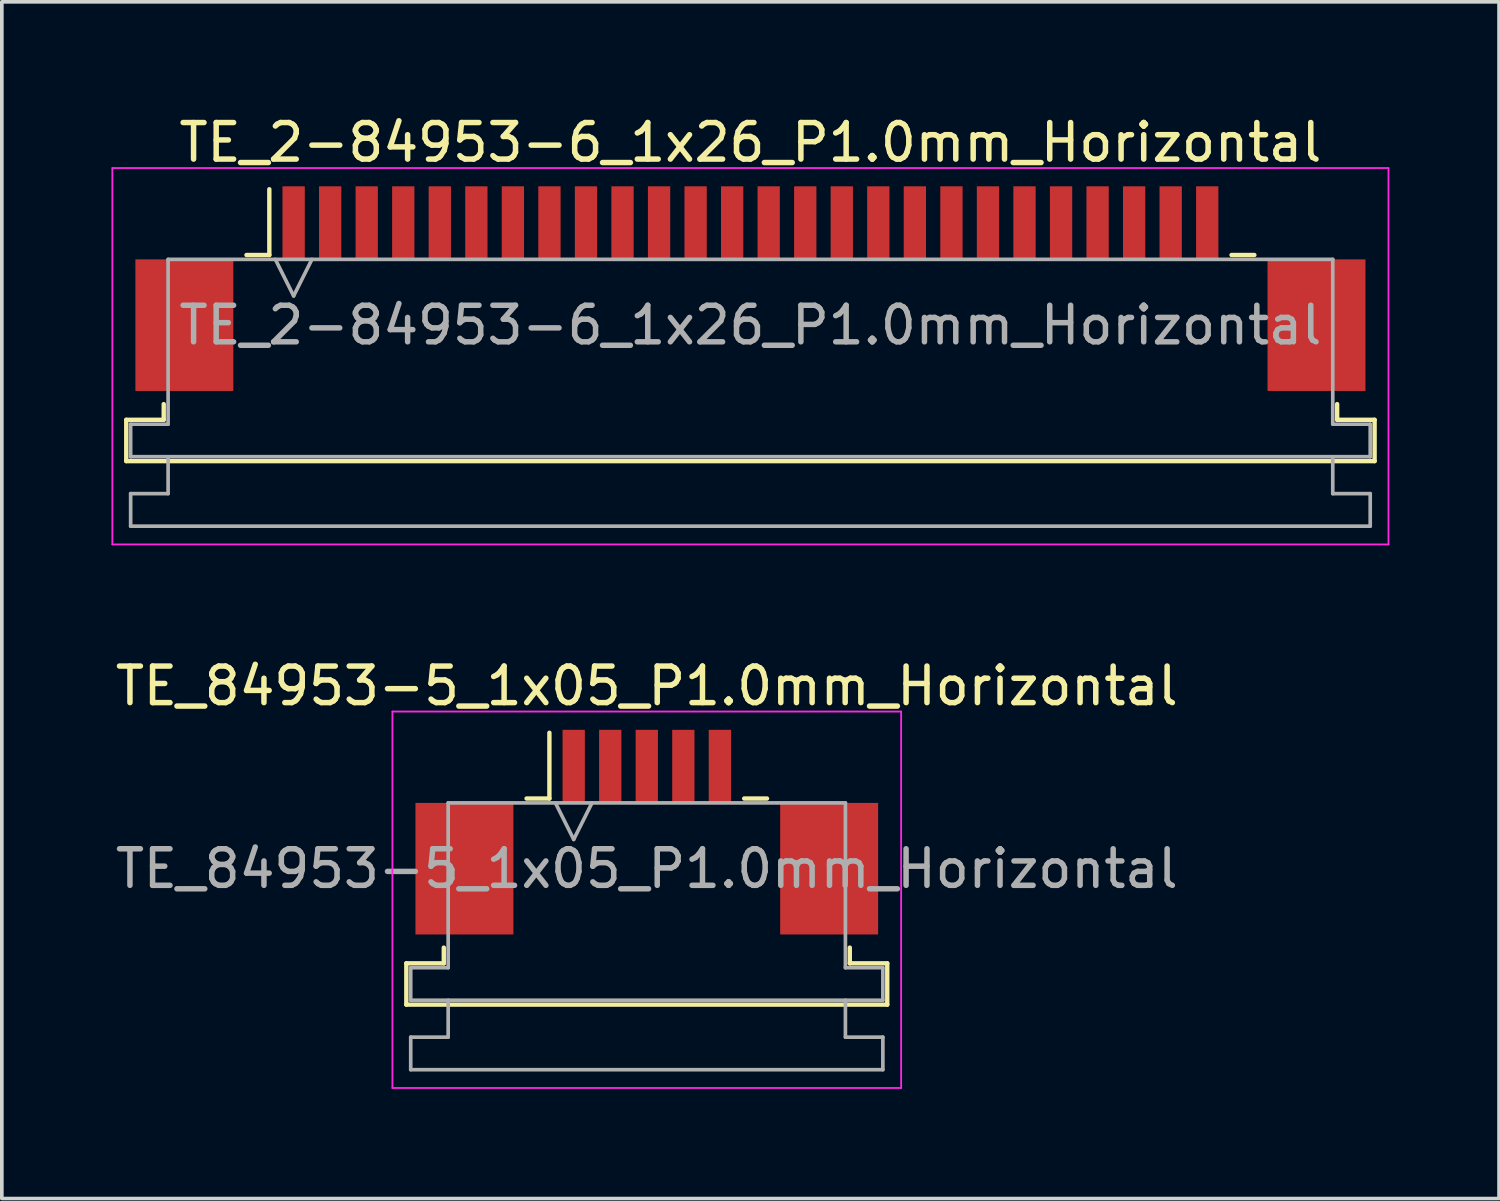
<source format=kicad_pcb>
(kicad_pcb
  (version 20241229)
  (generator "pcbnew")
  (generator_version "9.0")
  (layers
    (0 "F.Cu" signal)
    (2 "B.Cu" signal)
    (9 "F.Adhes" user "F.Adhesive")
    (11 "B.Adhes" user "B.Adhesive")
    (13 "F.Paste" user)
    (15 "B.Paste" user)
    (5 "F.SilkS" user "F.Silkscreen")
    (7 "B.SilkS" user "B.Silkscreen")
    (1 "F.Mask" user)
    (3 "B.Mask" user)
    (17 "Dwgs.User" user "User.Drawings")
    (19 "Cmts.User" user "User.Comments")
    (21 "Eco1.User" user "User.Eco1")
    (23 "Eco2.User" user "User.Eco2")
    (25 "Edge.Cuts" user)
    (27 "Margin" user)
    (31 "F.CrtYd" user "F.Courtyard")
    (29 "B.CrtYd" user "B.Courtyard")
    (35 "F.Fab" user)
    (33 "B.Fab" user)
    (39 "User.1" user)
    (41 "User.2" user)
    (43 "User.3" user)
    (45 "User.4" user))
  (footprint "TE_2-84953-6_1x26_P1.0mm_Horizontal"
    (layer "F.Cu")
    (at 17.485 4.848)
    (property "Reference" "TE_2-84953-6_1x26_P1.0mm_Horizontal" (at 0 -4 0) (layer "F.SilkS") (effects (font (size 1 1) (thickness 0.15))))
    (attr smd)
    (fp_line (start -17.08 3.59) (end -16.055 3.59) (stroke (width 0.12) (type solid)) (layer "F.SilkS"))
    (fp_line (start -17.08 4.72) (end -17.08 3.59) (stroke (width 0.12) (type solid)) (layer "F.SilkS"))
    (fp_line (start -16.055 3.59) (end -16.055 3.16) (stroke (width 0.12) (type solid)) (layer "F.SilkS"))
    (fp_line (start -13.79 -0.92) (end -13.165 -0.92) (stroke (width 0.12) (type solid)) (layer "F.SilkS"))
    (fp_line (start -13.165 -0.92) (end -13.165 -2.72) (stroke (width 0.12) (type solid)) (layer "F.SilkS"))
    (fp_line (start 13.165 -0.92) (end 13.79 -0.92) (stroke (width 0.12) (type solid)) (layer "F.SilkS"))
    (fp_line (start 16.055 3.16) (end 16.055 3.59) (stroke (width 0.12) (type solid)) (layer "F.SilkS"))
    (fp_line (start 16.055 3.59) (end 17.08 3.59) (stroke (width 0.12) (type solid)) (layer "F.SilkS"))
    (fp_line (start 17.08 3.59) (end 17.08 4.72) (stroke (width 0.12) (type solid)) (layer "F.SilkS"))
    (fp_line (start 17.08 4.72) (end -17.08 4.72) (stroke (width 0.12) (type solid)) (layer "F.SilkS"))
    (fp_line (start -17.46 -3.3) (end -17.46 7) (stroke (width 0.05) (type solid)) (layer "F.CrtYd"))
    (fp_line (start -17.46 7) (end 17.46 7) (stroke (width 0.05) (type solid)) (layer "F.CrtYd"))
    (fp_line (start 17.46 -3.3) (end -17.46 -3.3) (stroke (width 0.05) (type solid)) (layer "F.CrtYd"))
    (fp_line (start 17.46 7) (end 17.46 -3.3) (stroke (width 0.05) (type solid)) (layer "F.CrtYd"))
    (fp_line (start -16.96 3.71) (end -15.935 3.71) (stroke (width 0.1) (type solid)) (layer "F.Fab"))
    (fp_line (start -16.96 4.6) (end -16.96 3.71) (stroke (width 0.1) (type solid)) (layer "F.Fab"))
    (fp_line (start -16.96 5.61) (end -15.935 5.61) (stroke (width 0.1) (type solid)) (layer "F.Fab"))
    (fp_line (start -16.96 6.5) (end -16.96 5.61) (stroke (width 0.1) (type solid)) (layer "F.Fab"))
    (fp_line (start -15.935 -0.8) (end 15.935 -0.8) (stroke (width 0.1) (type solid)) (layer "F.Fab"))
    (fp_line (start -15.935 3.71) (end -15.935 -0.8) (stroke (width 0.1) (type solid)) (layer "F.Fab"))
    (fp_line (start -15.935 5.61) (end -15.935 4.6) (stroke (width 0.1) (type solid)) (layer "F.Fab"))
    (fp_line (start -13 -0.8) (end -12.5 0.2) (stroke (width 0.1) (type solid)) (layer "F.Fab"))
    (fp_line (start -12.5 0.2) (end -12 -0.8) (stroke (width 0.1) (type solid)) (layer "F.Fab"))
    (fp_line (start 15.935 -0.8) (end 15.935 3.71) (stroke (width 0.1) (type solid)) (layer "F.Fab"))
    (fp_line (start 15.935 3.71) (end 16.96 3.71) (stroke (width 0.1) (type solid)) (layer "F.Fab"))
    (fp_line (start 15.935 4.6) (end 15.935 5.61) (stroke (width 0.1) (type solid)) (layer "F.Fab"))
    (fp_line (start 15.935 5.61) (end 16.96 5.61) (stroke (width 0.1) (type solid)) (layer "F.Fab"))
    (fp_line (start 16.96 3.71) (end 16.96 4.6) (stroke (width 0.1) (type solid)) (layer "F.Fab"))
    (fp_line (start 16.96 4.6) (end -16.96 4.6) (stroke (width 0.1) (type solid)) (layer "F.Fab"))
    (fp_line (start 16.96 5.61) (end 16.96 6.5) (stroke (width 0.1) (type solid)) (layer "F.Fab"))
    (fp_line (start 16.96 6.5) (end -16.96 6.5) (stroke (width 0.1) (type solid)) (layer "F.Fab"))
    (fp_text user "${REFERENCE}" (at 0 1 0) (layer "F.Fab") (effects (font (size 1 1) (thickness 0.15))))
    (pad "" smd rect (at -15.49 1) (size 2.68 3.6) (layers "F.Cu" "F.Mask" "F.Paste"))
    (pad "" smd rect (at 15.49 1) (size 2.68 3.6) (layers "F.Cu" "F.Mask" "F.Paste"))
    (pad "1" smd rect (at -12.5 -1.8) (size 0.61 2) (layers "F.Cu" "F.Mask" "F.Paste"))
    (pad "2" smd rect (at -11.5 -1.8) (size 0.61 2) (layers "F.Cu" "F.Mask" "F.Paste"))
    (pad "3" smd rect (at -10.5 -1.8) (size 0.61 2) (layers "F.Cu" "F.Mask" "F.Paste"))
    (pad "4" smd rect (at -9.5 -1.8) (size 0.61 2) (layers "F.Cu" "F.Mask" "F.Paste"))
    (pad "5" smd rect (at -8.5 -1.8) (size 0.61 2) (layers "F.Cu" "F.Mask" "F.Paste"))
    (pad "6" smd rect (at -7.5 -1.8) (size 0.61 2) (layers "F.Cu" "F.Mask" "F.Paste"))
    (pad "7" smd rect (at -6.5 -1.8) (size 0.61 2) (layers "F.Cu" "F.Mask" "F.Paste"))
    (pad "8" smd rect (at -5.5 -1.8) (size 0.61 2) (layers "F.Cu" "F.Mask" "F.Paste"))
    (pad "9" smd rect (at -4.5 -1.8) (size 0.61 2) (layers "F.Cu" "F.Mask" "F.Paste"))
    (pad "10" smd rect (at -3.5 -1.8) (size 0.61 2) (layers "F.Cu" "F.Mask" "F.Paste"))
    (pad "11" smd rect (at -2.5 -1.8) (size 0.61 2) (layers "F.Cu" "F.Mask" "F.Paste"))
    (pad "12" smd rect (at -1.5 -1.8) (size 0.61 2) (layers "F.Cu" "F.Mask" "F.Paste"))
    (pad "13" smd rect (at -0.5 -1.8) (size 0.61 2) (layers "F.Cu" "F.Mask" "F.Paste"))
    (pad "14" smd rect (at 0.5 -1.8) (size 0.61 2) (layers "F.Cu" "F.Mask" "F.Paste"))
    (pad "15" smd rect (at 1.5 -1.8) (size 0.61 2) (layers "F.Cu" "F.Mask" "F.Paste"))
    (pad "16" smd rect (at 2.5 -1.8) (size 0.61 2) (layers "F.Cu" "F.Mask" "F.Paste"))
    (pad "17" smd rect (at 3.5 -1.8) (size 0.61 2) (layers "F.Cu" "F.Mask" "F.Paste"))
    (pad "18" smd rect (at 4.5 -1.8) (size 0.61 2) (layers "F.Cu" "F.Mask" "F.Paste"))
    (pad "19" smd rect (at 5.5 -1.8) (size 0.61 2) (layers "F.Cu" "F.Mask" "F.Paste"))
    (pad "20" smd rect (at 6.5 -1.8) (size 0.61 2) (layers "F.Cu" "F.Mask" "F.Paste"))
    (pad "21" smd rect (at 7.5 -1.8) (size 0.61 2) (layers "F.Cu" "F.Mask" "F.Paste"))
    (pad "22" smd rect (at 8.5 -1.8) (size 0.61 2) (layers "F.Cu" "F.Mask" "F.Paste"))
    (pad "23" smd rect (at 9.5 -1.8) (size 0.61 2) (layers "F.Cu" "F.Mask" "F.Paste"))
    (pad "24" smd rect (at 10.5 -1.8) (size 0.61 2) (layers "F.Cu" "F.Mask" "F.Paste"))
    (pad "25" smd rect (at 11.5 -1.8) (size 0.61 2) (layers "F.Cu" "F.Mask" "F.Paste"))
    (pad "26" smd rect (at 12.5 -1.8) (size 0.61 2) (layers "F.Cu" "F.Mask" "F.Paste")))
  (footprint "TE_84953-5_1x05_P1.0mm_Horizontal"
    (layer "F.Cu")
    (at 14.649 19.721)
    (property "Reference" "TE_84953-5_1x05_P1.0mm_Horizontal" (at 0 -4 0) (layer "F.SilkS") (effects (font (size 1 1) (thickness 0.15))))
    (attr smd)
    (fp_line (start -6.58 3.59) (end -5.555 3.59) (stroke (width 0.12) (type solid)) (layer "F.SilkS"))
    (fp_line (start -6.58 4.72) (end -6.58 3.59) (stroke (width 0.12) (type solid)) (layer "F.SilkS"))
    (fp_line (start -5.555 3.59) (end -5.555 3.16) (stroke (width 0.12) (type solid)) (layer "F.SilkS"))
    (fp_line (start -3.29 -0.92) (end -2.665 -0.92) (stroke (width 0.12) (type solid)) (layer "F.SilkS"))
    (fp_line (start -2.665 -0.92) (end -2.665 -2.72) (stroke (width 0.12) (type solid)) (layer "F.SilkS"))
    (fp_line (start 2.665 -0.92) (end 3.29 -0.92) (stroke (width 0.12) (type solid)) (layer "F.SilkS"))
    (fp_line (start 5.555 3.16) (end 5.555 3.59) (stroke (width 0.12) (type solid)) (layer "F.SilkS"))
    (fp_line (start 5.555 3.59) (end 6.58 3.59) (stroke (width 0.12) (type solid)) (layer "F.SilkS"))
    (fp_line (start 6.58 3.59) (end 6.58 4.72) (stroke (width 0.12) (type solid)) (layer "F.SilkS"))
    (fp_line (start 6.58 4.72) (end -6.58 4.72) (stroke (width 0.12) (type solid)) (layer "F.SilkS"))
    (fp_line (start -6.96 -3.3) (end -6.96 7) (stroke (width 0.05) (type solid)) (layer "F.CrtYd"))
    (fp_line (start -6.96 7) (end 6.96 7) (stroke (width 0.05) (type solid)) (layer "F.CrtYd"))
    (fp_line (start 6.96 -3.3) (end -6.96 -3.3) (stroke (width 0.05) (type solid)) (layer "F.CrtYd"))
    (fp_line (start 6.96 7) (end 6.96 -3.3) (stroke (width 0.05) (type solid)) (layer "F.CrtYd"))
    (fp_line (start -6.46 3.71) (end -5.435 3.71) (stroke (width 0.1) (type solid)) (layer "F.Fab"))
    (fp_line (start -6.46 4.6) (end -6.46 3.71) (stroke (width 0.1) (type solid)) (layer "F.Fab"))
    (fp_line (start -6.46 5.61) (end -5.435 5.61) (stroke (width 0.1) (type solid)) (layer "F.Fab"))
    (fp_line (start -6.46 6.5) (end -6.46 5.61) (stroke (width 0.1) (type solid)) (layer "F.Fab"))
    (fp_line (start -5.435 -0.8) (end 5.435 -0.8) (stroke (width 0.1) (type solid)) (layer "F.Fab"))
    (fp_line (start -5.435 3.71) (end -5.435 -0.8) (stroke (width 0.1) (type solid)) (layer "F.Fab"))
    (fp_line (start -5.435 5.61) (end -5.435 4.6) (stroke (width 0.1) (type solid)) (layer "F.Fab"))
    (fp_line (start -2.5 -0.8) (end -2 0.2) (stroke (width 0.1) (type solid)) (layer "F.Fab"))
    (fp_line (start -2 0.2) (end -1.5 -0.8) (stroke (width 0.1) (type solid)) (layer "F.Fab"))
    (fp_line (start 5.435 -0.8) (end 5.435 3.71) (stroke (width 0.1) (type solid)) (layer "F.Fab"))
    (fp_line (start 5.435 3.71) (end 6.46 3.71) (stroke (width 0.1) (type solid)) (layer "F.Fab"))
    (fp_line (start 5.435 4.6) (end 5.435 5.61) (stroke (width 0.1) (type solid)) (layer "F.Fab"))
    (fp_line (start 5.435 5.61) (end 6.46 5.61) (stroke (width 0.1) (type solid)) (layer "F.Fab"))
    (fp_line (start 6.46 3.71) (end 6.46 4.6) (stroke (width 0.1) (type solid)) (layer "F.Fab"))
    (fp_line (start 6.46 4.6) (end -6.46 4.6) (stroke (width 0.1) (type solid)) (layer "F.Fab"))
    (fp_line (start 6.46 5.61) (end 6.46 6.5) (stroke (width 0.1) (type solid)) (layer "F.Fab"))
    (fp_line (start 6.46 6.5) (end -6.46 6.5) (stroke (width 0.1) (type solid)) (layer "F.Fab"))
    (fp_text user "${REFERENCE}" (at 0 1 0) (layer "F.Fab") (effects (font (size 1 1) (thickness 0.15))))
    (pad "" smd rect (at -4.99 1) (size 2.68 3.6) (layers "F.Cu" "F.Mask" "F.Paste"))
    (pad "" smd rect (at 4.99 1) (size 2.68 3.6) (layers "F.Cu" "F.Mask" "F.Paste"))
    (pad "1" smd rect (at -2 -1.8) (size 0.61 2) (layers "F.Cu" "F.Mask" "F.Paste"))
    (pad "2" smd rect (at -1 -1.8) (size 0.61 2) (layers "F.Cu" "F.Mask" "F.Paste"))
    (pad "3" smd rect (at 0 -1.8) (size 0.61 2) (layers "F.Cu" "F.Mask" "F.Paste"))
    (pad "4" smd rect (at 1 -1.8) (size 0.61 2) (layers "F.Cu" "F.Mask" "F.Paste"))
    (pad "5" smd rect (at 2 -1.8) (size 0.61 2) (layers "F.Cu" "F.Mask" "F.Paste")))
  (gr_rect
    (start -3 -3)
    (end 37.97 29.747)
    (stroke (width 0.1) (type default))
    (fill no)
    (layer "Edge.Cuts")))
</source>
